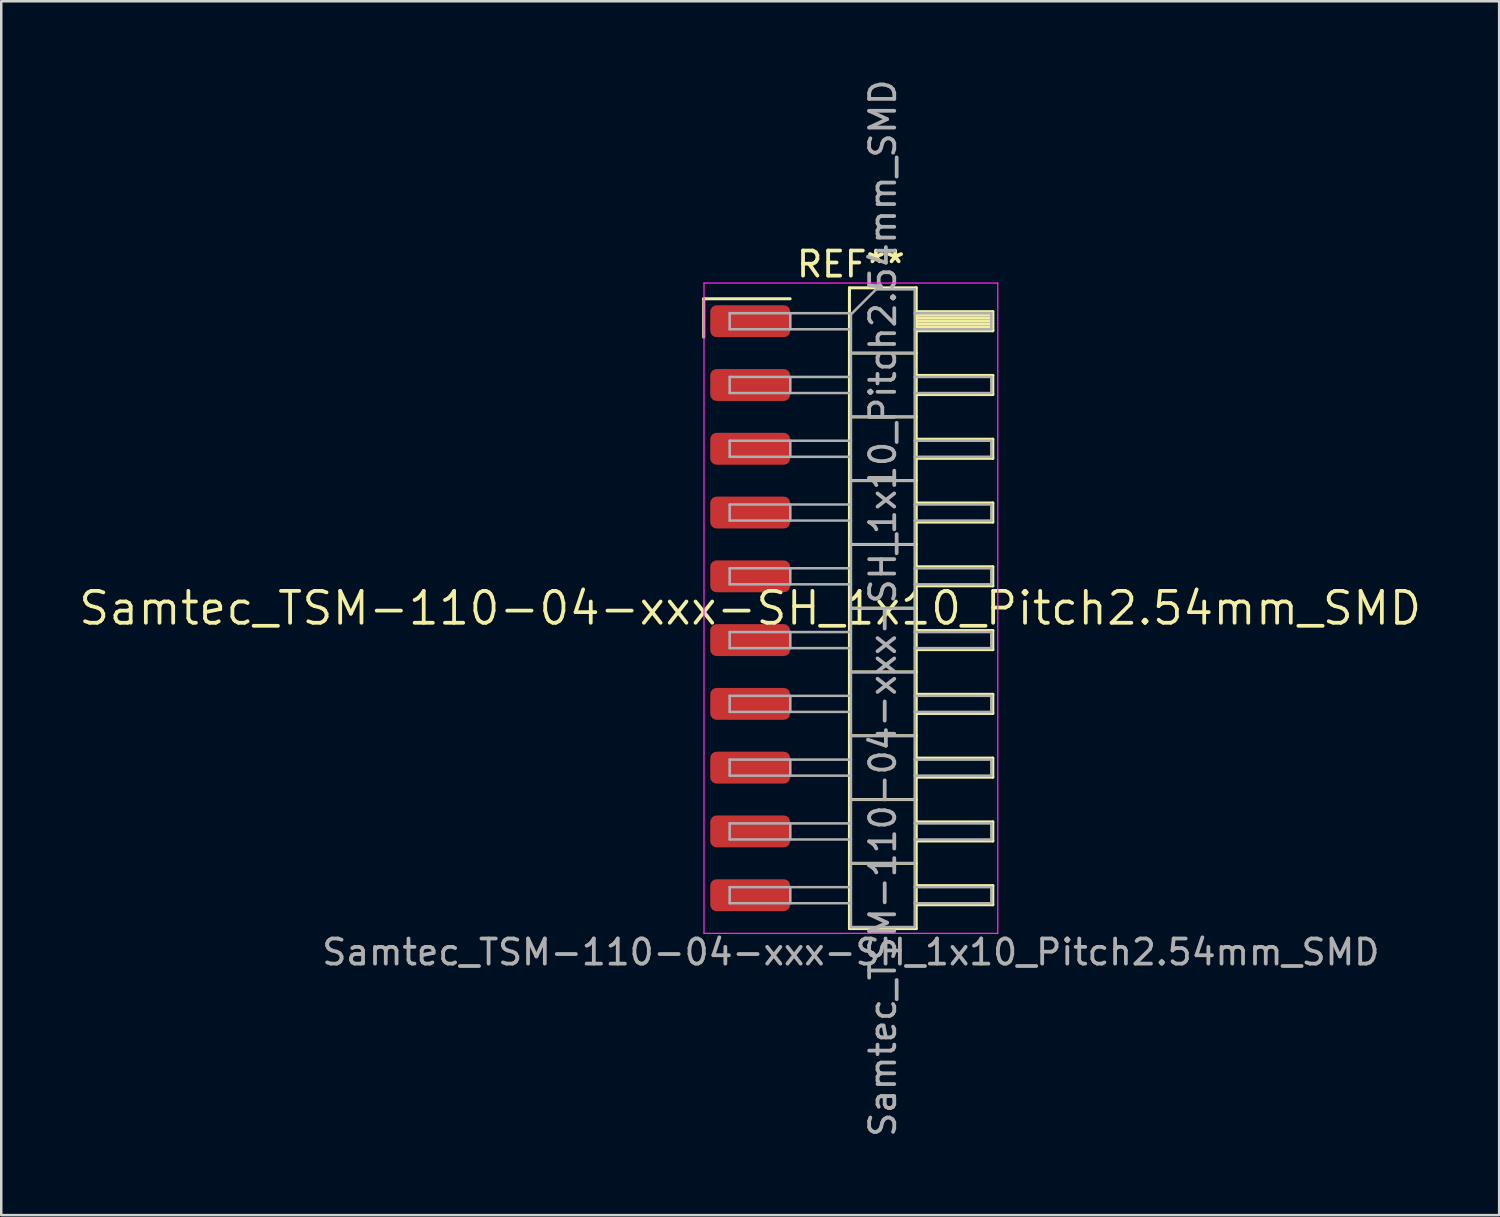
<source format=kicad_pcb>
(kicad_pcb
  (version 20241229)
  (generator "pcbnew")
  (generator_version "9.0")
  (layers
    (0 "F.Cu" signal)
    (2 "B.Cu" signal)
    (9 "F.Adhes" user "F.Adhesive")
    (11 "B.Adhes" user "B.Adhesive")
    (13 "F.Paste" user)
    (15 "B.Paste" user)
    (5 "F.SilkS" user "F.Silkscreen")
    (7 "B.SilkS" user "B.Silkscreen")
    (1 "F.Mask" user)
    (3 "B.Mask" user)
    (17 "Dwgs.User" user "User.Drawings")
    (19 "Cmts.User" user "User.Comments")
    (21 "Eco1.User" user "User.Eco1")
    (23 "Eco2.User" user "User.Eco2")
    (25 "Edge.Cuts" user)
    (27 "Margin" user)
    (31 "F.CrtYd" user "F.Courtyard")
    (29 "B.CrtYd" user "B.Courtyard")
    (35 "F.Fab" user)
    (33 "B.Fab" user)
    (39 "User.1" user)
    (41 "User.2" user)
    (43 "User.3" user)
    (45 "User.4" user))
  (footprint "Samtec_TSM-110-04-xxx-SH_1x10_Pitch2.54mm_SMD"
    (layer "F.Cu")
    (at 26.828 21.173)
    (property "Reference" "Samtec_TSM-110-04-xxx-SH_1x10_Pitch2.54mm_SMD" (at 0 0 0) (layer "F.SilkS") (effects (font (size 1.27 1.27) (thickness 0.15))))
    (attr smd)
    (fp_line (start -1.85 -12.325) (end 1.59 -12.325) (stroke (width 0.12) (type solid)) (layer "F.SilkS"))
    (fp_line (start -1.85 -10.795) (end -1.85 -12.325) (stroke (width 0.12) (type solid)) (layer "F.SilkS"))
    (fp_line (start 3.953 -12.76) (end 6.613 -12.76) (stroke (width 0.12) (type solid)) (layer "F.SilkS"))
    (fp_line (start 3.953 -10.16) (end 6.613 -10.16) (stroke (width 0.12) (type solid)) (layer "F.SilkS"))
    (fp_line (start 3.953 -7.62) (end 6.613 -7.62) (stroke (width 0.12) (type solid)) (layer "F.SilkS"))
    (fp_line (start 3.953 -5.08) (end 6.613 -5.08) (stroke (width 0.12) (type solid)) (layer "F.SilkS"))
    (fp_line (start 3.953 -2.54) (end 6.613 -2.54) (stroke (width 0.12) (type solid)) (layer "F.SilkS"))
    (fp_line (start 3.953 0) (end 6.613 0) (stroke (width 0.12) (type solid)) (layer "F.SilkS"))
    (fp_line (start 3.953 2.54) (end 6.613 2.54) (stroke (width 0.12) (type solid)) (layer "F.SilkS"))
    (fp_line (start 3.953 5.08) (end 6.613 5.08) (stroke (width 0.12) (type solid)) (layer "F.SilkS"))
    (fp_line (start 3.953 7.62) (end 6.613 7.62) (stroke (width 0.12) (type solid)) (layer "F.SilkS"))
    (fp_line (start 3.953 10.16) (end 6.613 10.16) (stroke (width 0.12) (type solid)) (layer "F.SilkS"))
    (fp_line (start 3.953 12.76) (end 3.953 -12.76) (stroke (width 0.12) (type solid)) (layer "F.SilkS"))
    (fp_line (start 6.613 -12.76) (end 6.613 12.76) (stroke (width 0.12) (type solid)) (layer "F.SilkS"))
    (fp_line (start 6.613 -11.81) (end 9.663 -11.81) (stroke (width 0.12) (type solid)) (layer "F.SilkS"))
    (fp_line (start 6.613 -11.69) (end 9.663 -11.69) (stroke (width 0.12) (type solid)) (layer "F.SilkS"))
    (fp_line (start 6.613 -11.57) (end 9.663 -11.57) (stroke (width 0.12) (type solid)) (layer "F.SilkS"))
    (fp_line (start 6.613 -11.45) (end 9.663 -11.45) (stroke (width 0.12) (type solid)) (layer "F.SilkS"))
    (fp_line (start 6.613 -11.33) (end 9.663 -11.33) (stroke (width 0.12) (type solid)) (layer "F.SilkS"))
    (fp_line (start 6.613 -11.21) (end 9.663 -11.21) (stroke (width 0.12) (type solid)) (layer "F.SilkS"))
    (fp_line (start 6.613 -11.09) (end 9.663 -11.09) (stroke (width 0.12) (type solid)) (layer "F.SilkS"))
    (fp_line (start 6.613 -11.05) (end 9.663 -11.05) (stroke (width 0.12) (type solid)) (layer "F.SilkS"))
    (fp_line (start 6.613 -9.27) (end 9.663 -9.27) (stroke (width 0.12) (type solid)) (layer "F.SilkS"))
    (fp_line (start 6.613 -8.51) (end 9.663 -8.51) (stroke (width 0.12) (type solid)) (layer "F.SilkS"))
    (fp_line (start 6.613 -6.73) (end 9.663 -6.73) (stroke (width 0.12) (type solid)) (layer "F.SilkS"))
    (fp_line (start 6.613 -5.97) (end 9.663 -5.97) (stroke (width 0.12) (type solid)) (layer "F.SilkS"))
    (fp_line (start 6.613 -4.19) (end 9.663 -4.19) (stroke (width 0.12) (type solid)) (layer "F.SilkS"))
    (fp_line (start 6.613 -3.43) (end 9.663 -3.43) (stroke (width 0.12) (type solid)) (layer "F.SilkS"))
    (fp_line (start 6.613 -1.65) (end 9.663 -1.65) (stroke (width 0.12) (type solid)) (layer "F.SilkS"))
    (fp_line (start 6.613 -0.89) (end 9.663 -0.89) (stroke (width 0.12) (type solid)) (layer "F.SilkS"))
    (fp_line (start 6.613 0.89) (end 9.663 0.89) (stroke (width 0.12) (type solid)) (layer "F.SilkS"))
    (fp_line (start 6.613 1.65) (end 9.663 1.65) (stroke (width 0.12) (type solid)) (layer "F.SilkS"))
    (fp_line (start 6.613 3.43) (end 9.663 3.43) (stroke (width 0.12) (type solid)) (layer "F.SilkS"))
    (fp_line (start 6.613 4.19) (end 9.663 4.19) (stroke (width 0.12) (type solid)) (layer "F.SilkS"))
    (fp_line (start 6.613 5.97) (end 9.663 5.97) (stroke (width 0.12) (type solid)) (layer "F.SilkS"))
    (fp_line (start 6.613 6.73) (end 9.663 6.73) (stroke (width 0.12) (type solid)) (layer "F.SilkS"))
    (fp_line (start 6.613 8.51) (end 9.663 8.51) (stroke (width 0.12) (type solid)) (layer "F.SilkS"))
    (fp_line (start 6.613 9.27) (end 9.663 9.27) (stroke (width 0.12) (type solid)) (layer "F.SilkS"))
    (fp_line (start 6.613 11.05) (end 9.663 11.05) (stroke (width 0.12) (type solid)) (layer "F.SilkS"))
    (fp_line (start 6.613 11.81) (end 9.663 11.81) (stroke (width 0.12) (type solid)) (layer "F.SilkS"))
    (fp_line (start 6.613 12.76) (end 3.953 12.76) (stroke (width 0.12) (type solid)) (layer "F.SilkS"))
    (fp_line (start 9.663 -11.81) (end 9.663 -11.05) (stroke (width 0.12) (type solid)) (layer "F.SilkS"))
    (fp_line (start 9.663 -9.27) (end 9.663 -8.51) (stroke (width 0.12) (type solid)) (layer "F.SilkS"))
    (fp_line (start 9.663 -6.73) (end 9.663 -5.97) (stroke (width 0.12) (type solid)) (layer "F.SilkS"))
    (fp_line (start 9.663 -4.19) (end 9.663 -3.43) (stroke (width 0.12) (type solid)) (layer "F.SilkS"))
    (fp_line (start 9.663 -1.65) (end 9.663 -0.89) (stroke (width 0.12) (type solid)) (layer "F.SilkS"))
    (fp_line (start 9.663 0.89) (end 9.663 1.65) (stroke (width 0.12) (type solid)) (layer "F.SilkS"))
    (fp_line (start 9.663 3.43) (end 9.663 4.19) (stroke (width 0.12) (type solid)) (layer "F.SilkS"))
    (fp_line (start 9.663 5.97) (end 9.663 6.73) (stroke (width 0.12) (type solid)) (layer "F.SilkS"))
    (fp_line (start 9.663 8.51) (end 9.663 9.27) (stroke (width 0.12) (type solid)) (layer "F.SilkS"))
    (fp_line (start 9.663 11.05) (end 9.663 11.81) (stroke (width 0.12) (type solid)) (layer "F.SilkS"))
    (fp_line (start -1.84 -12.95) (end 9.86 -12.95) (stroke (width 0.05) (type solid)) (layer "F.CrtYd"))
    (fp_line (start -1.84 12.95) (end -1.84 -12.95) (stroke (width 0.05) (type solid)) (layer "F.CrtYd"))
    (fp_line (start 9.86 -12.95) (end 9.86 12.95) (stroke (width 0.05) (type solid)) (layer "F.CrtYd"))
    (fp_line (start 9.86 12.95) (end -1.84 12.95) (stroke (width 0.05) (type solid)) (layer "F.CrtYd"))
    (fp_line (start -0.817 -11.75) (end -0.817 -11.11) (stroke (width 0.1) (type solid)) (layer "F.Fab"))
    (fp_line (start -0.817 -11.75) (end 4.013 -11.75) (stroke (width 0.1) (type solid)) (layer "F.Fab"))
    (fp_line (start -0.817 -11.11) (end 4.013 -11.11) (stroke (width 0.1) (type solid)) (layer "F.Fab"))
    (fp_line (start -0.817 -9.21) (end -0.817 -8.57) (stroke (width 0.1) (type solid)) (layer "F.Fab"))
    (fp_line (start -0.817 -9.21) (end 4.013 -9.21) (stroke (width 0.1) (type solid)) (layer "F.Fab"))
    (fp_line (start -0.817 -8.57) (end 4.013 -8.57) (stroke (width 0.1) (type solid)) (layer "F.Fab"))
    (fp_line (start -0.817 -6.67) (end -0.817 -6.03) (stroke (width 0.1) (type solid)) (layer "F.Fab"))
    (fp_line (start -0.817 -6.67) (end 4.013 -6.67) (stroke (width 0.1) (type solid)) (layer "F.Fab"))
    (fp_line (start -0.817 -6.03) (end 4.013 -6.03) (stroke (width 0.1) (type solid)) (layer "F.Fab"))
    (fp_line (start -0.817 -4.13) (end -0.817 -3.49) (stroke (width 0.1) (type solid)) (layer "F.Fab"))
    (fp_line (start -0.817 -4.13) (end 4.013 -4.13) (stroke (width 0.1) (type solid)) (layer "F.Fab"))
    (fp_line (start -0.817 -3.49) (end 4.013 -3.49) (stroke (width 0.1) (type solid)) (layer "F.Fab"))
    (fp_line (start -0.817 -1.59) (end -0.817 -0.95) (stroke (width 0.1) (type solid)) (layer "F.Fab"))
    (fp_line (start -0.817 -1.59) (end 4.013 -1.59) (stroke (width 0.1) (type solid)) (layer "F.Fab"))
    (fp_line (start -0.817 -0.95) (end 4.013 -0.95) (stroke (width 0.1) (type solid)) (layer "F.Fab"))
    (fp_line (start -0.817 0.95) (end -0.817 1.59) (stroke (width 0.1) (type solid)) (layer "F.Fab"))
    (fp_line (start -0.817 0.95) (end 4.013 0.95) (stroke (width 0.1) (type solid)) (layer "F.Fab"))
    (fp_line (start -0.817 1.59) (end 4.013 1.59) (stroke (width 0.1) (type solid)) (layer "F.Fab"))
    (fp_line (start -0.817 3.49) (end -0.817 4.13) (stroke (width 0.1) (type solid)) (layer "F.Fab"))
    (fp_line (start -0.817 3.49) (end 4.013 3.49) (stroke (width 0.1) (type solid)) (layer "F.Fab"))
    (fp_line (start -0.817 4.13) (end 4.013 4.13) (stroke (width 0.1) (type solid)) (layer "F.Fab"))
    (fp_line (start -0.817 6.03) (end -0.817 6.67) (stroke (width 0.1) (type solid)) (layer "F.Fab"))
    (fp_line (start -0.817 6.03) (end 4.013 6.03) (stroke (width 0.1) (type solid)) (layer "F.Fab"))
    (fp_line (start -0.817 6.67) (end 4.013 6.67) (stroke (width 0.1) (type solid)) (layer "F.Fab"))
    (fp_line (start -0.817 8.57) (end -0.817 9.21) (stroke (width 0.1) (type solid)) (layer "F.Fab"))
    (fp_line (start -0.817 8.57) (end 4.013 8.57) (stroke (width 0.1) (type solid)) (layer "F.Fab"))
    (fp_line (start -0.817 9.21) (end 4.013 9.21) (stroke (width 0.1) (type solid)) (layer "F.Fab"))
    (fp_line (start -0.817 11.11) (end -0.817 11.75) (stroke (width 0.1) (type solid)) (layer "F.Fab"))
    (fp_line (start -0.817 11.11) (end 4.013 11.11) (stroke (width 0.1) (type solid)) (layer "F.Fab"))
    (fp_line (start -0.817 11.75) (end 4.013 11.75) (stroke (width 0.1) (type solid)) (layer "F.Fab"))
    (fp_line (start 1.598 -11.75) (end 1.598 -11.11) (stroke (width 0.1) (type solid)) (layer "F.Fab"))
    (fp_line (start 1.598 -9.21) (end 1.598 -8.57) (stroke (width 0.1) (type solid)) (layer "F.Fab"))
    (fp_line (start 1.598 -6.67) (end 1.598 -6.03) (stroke (width 0.1) (type solid)) (layer "F.Fab"))
    (fp_line (start 1.598 -4.13) (end 1.598 -3.49) (stroke (width 0.1) (type solid)) (layer "F.Fab"))
    (fp_line (start 1.598 -1.59) (end 1.598 -0.95) (stroke (width 0.1) (type solid)) (layer "F.Fab"))
    (fp_line (start 1.598 0.95) (end 1.598 1.59) (stroke (width 0.1) (type solid)) (layer "F.Fab"))
    (fp_line (start 1.598 3.49) (end 1.598 4.13) (stroke (width 0.1) (type solid)) (layer "F.Fab"))
    (fp_line (start 1.598 6.03) (end 1.598 6.67) (stroke (width 0.1) (type solid)) (layer "F.Fab"))
    (fp_line (start 1.598 8.57) (end 1.598 9.21) (stroke (width 0.1) (type solid)) (layer "F.Fab"))
    (fp_line (start 1.598 11.11) (end 1.598 11.75) (stroke (width 0.1) (type solid)) (layer "F.Fab"))
    (fp_line (start 4.013 -11.7) (end 5.013 -12.7) (stroke (width 0.1) (type solid)) (layer "F.Fab"))
    (fp_line (start 4.013 -10.16) (end 6.553 -10.16) (stroke (width 0.1) (type solid)) (layer "F.Fab"))
    (fp_line (start 4.013 -7.62) (end 6.553 -7.62) (stroke (width 0.1) (type solid)) (layer "F.Fab"))
    (fp_line (start 4.013 -5.08) (end 6.553 -5.08) (stroke (width 0.1) (type solid)) (layer "F.Fab"))
    (fp_line (start 4.013 -2.54) (end 6.553 -2.54) (stroke (width 0.1) (type solid)) (layer "F.Fab"))
    (fp_line (start 4.013 0) (end 6.553 0) (stroke (width 0.1) (type solid)) (layer "F.Fab"))
    (fp_line (start 4.013 2.54) (end 6.553 2.54) (stroke (width 0.1) (type solid)) (layer "F.Fab"))
    (fp_line (start 4.013 5.08) (end 6.553 5.08) (stroke (width 0.1) (type solid)) (layer "F.Fab"))
    (fp_line (start 4.013 7.62) (end 6.553 7.62) (stroke (width 0.1) (type solid)) (layer "F.Fab"))
    (fp_line (start 4.013 10.16) (end 6.553 10.16) (stroke (width 0.1) (type solid)) (layer "F.Fab"))
    (fp_line (start 4.013 12.7) (end 4.013 -11.7) (stroke (width 0.1) (type solid)) (layer "F.Fab"))
    (fp_line (start 5.013 -12.7) (end 6.553 -12.7) (stroke (width 0.1) (type solid)) (layer "F.Fab"))
    (fp_line (start 6.553 -12.7) (end 6.553 12.7) (stroke (width 0.1) (type solid)) (layer "F.Fab"))
    (fp_line (start 6.553 -11.75) (end 9.603 -11.75) (stroke (width 0.1) (type solid)) (layer "F.Fab"))
    (fp_line (start 6.553 -11.11) (end 9.603 -11.11) (stroke (width 0.1) (type solid)) (layer "F.Fab"))
    (fp_line (start 6.553 -9.21) (end 9.603 -9.21) (stroke (width 0.1) (type solid)) (layer "F.Fab"))
    (fp_line (start 6.553 -8.57) (end 9.603 -8.57) (stroke (width 0.1) (type solid)) (layer "F.Fab"))
    (fp_line (start 6.553 -6.67) (end 9.603 -6.67) (stroke (width 0.1) (type solid)) (layer "F.Fab"))
    (fp_line (start 6.553 -6.03) (end 9.603 -6.03) (stroke (width 0.1) (type solid)) (layer "F.Fab"))
    (fp_line (start 6.553 -4.13) (end 9.603 -4.13) (stroke (width 0.1) (type solid)) (layer "F.Fab"))
    (fp_line (start 6.553 -3.49) (end 9.603 -3.49) (stroke (width 0.1) (type solid)) (layer "F.Fab"))
    (fp_line (start 6.553 -1.59) (end 9.603 -1.59) (stroke (width 0.1) (type solid)) (layer "F.Fab"))
    (fp_line (start 6.553 -0.95) (end 9.603 -0.95) (stroke (width 0.1) (type solid)) (layer "F.Fab"))
    (fp_line (start 6.553 0.95) (end 9.603 0.95) (stroke (width 0.1) (type solid)) (layer "F.Fab"))
    (fp_line (start 6.553 1.59) (end 9.603 1.59) (stroke (width 0.1) (type solid)) (layer "F.Fab"))
    (fp_line (start 6.553 3.49) (end 9.603 3.49) (stroke (width 0.1) (type solid)) (layer "F.Fab"))
    (fp_line (start 6.553 4.13) (end 9.603 4.13) (stroke (width 0.1) (type solid)) (layer "F.Fab"))
    (fp_line (start 6.553 6.03) (end 9.603 6.03) (stroke (width 0.1) (type solid)) (layer "F.Fab"))
    (fp_line (start 6.553 6.67) (end 9.603 6.67) (stroke (width 0.1) (type solid)) (layer "F.Fab"))
    (fp_line (start 6.553 8.57) (end 9.603 8.57) (stroke (width 0.1) (type solid)) (layer "F.Fab"))
    (fp_line (start 6.553 9.21) (end 9.603 9.21) (stroke (width 0.1) (type solid)) (layer "F.Fab"))
    (fp_line (start 6.553 11.11) (end 9.603 11.11) (stroke (width 0.1) (type solid)) (layer "F.Fab"))
    (fp_line (start 6.553 11.75) (end 9.603 11.75) (stroke (width 0.1) (type solid)) (layer "F.Fab"))
    (fp_line (start 6.553 12.7) (end 4.013 12.7) (stroke (width 0.1) (type solid)) (layer "F.Fab"))
    (fp_line (start 9.603 -11.75) (end 9.603 -11.11) (stroke (width 0.1) (type solid)) (layer "F.Fab"))
    (fp_line (start 9.603 -9.21) (end 9.603 -8.57) (stroke (width 0.1) (type solid)) (layer "F.Fab"))
    (fp_line (start 9.603 -6.67) (end 9.603 -6.03) (stroke (width 0.1) (type solid)) (layer "F.Fab"))
    (fp_line (start 9.603 -4.13) (end 9.603 -3.49) (stroke (width 0.1) (type solid)) (layer "F.Fab"))
    (fp_line (start 9.603 -1.59) (end 9.603 -0.95) (stroke (width 0.1) (type solid)) (layer "F.Fab"))
    (fp_line (start 9.603 0.95) (end 9.603 1.59) (stroke (width 0.1) (type solid)) (layer "F.Fab"))
    (fp_line (start 9.603 3.49) (end 9.603 4.13) (stroke (width 0.1) (type solid)) (layer "F.Fab"))
    (fp_line (start 9.603 6.03) (end 9.603 6.67) (stroke (width 0.1) (type solid)) (layer "F.Fab"))
    (fp_line (start 9.603 8.57) (end 9.603 9.21) (stroke (width 0.1) (type solid)) (layer "F.Fab"))
    (fp_line (start 9.603 11.11) (end 9.603 11.75) (stroke (width 0.1) (type solid)) (layer "F.Fab"))
    (fp_text user "REF**" (at 4.01 -13.7 0) (layer "F.SilkS") (effects (font (size 1 1) (thickness 0.15))))
    (fp_text user "Samtec_TSM-110-04-xxx-SH_1x10_Pitch2.54mm_SMD" (at 4.01 13.7 0) (layer "F.Fab") (effects (font (size 1 1) (thickness 0.15))))
    (fp_text user "${REFERENCE}" (at 5.283 0 90) (layer "F.Fab") (effects (font (size 1 1) (thickness 0.15))))
    (pad "1" smd roundrect (at 0 -11.43) (size 3.18 1.27) (layers "F.Cu" "F.Mask" "F.Paste") (roundrect_rratio 0.197))
    (pad "2" smd roundrect (at 0 -8.89) (size 3.18 1.27) (layers "F.Cu" "F.Mask" "F.Paste") (roundrect_rratio 0.197))
    (pad "3" smd roundrect (at 0 -6.35) (size 3.18 1.27) (layers "F.Cu" "F.Mask" "F.Paste") (roundrect_rratio 0.197))
    (pad "4" smd roundrect (at 0 -3.81) (size 3.18 1.27) (layers "F.Cu" "F.Mask" "F.Paste") (roundrect_rratio 0.197))
    (pad "5" smd roundrect (at 0 -1.27) (size 3.18 1.27) (layers "F.Cu" "F.Mask" "F.Paste") (roundrect_rratio 0.197))
    (pad "6" smd roundrect (at 0 1.27) (size 3.18 1.27) (layers "F.Cu" "F.Mask" "F.Paste") (roundrect_rratio 0.197))
    (pad "7" smd roundrect (at 0 3.81) (size 3.18 1.27) (layers "F.Cu" "F.Mask" "F.Paste") (roundrect_rratio 0.197))
    (pad "8" smd roundrect (at 0 6.35) (size 3.18 1.27) (layers "F.Cu" "F.Mask" "F.Paste") (roundrect_rratio 0.197))
    (pad "9" smd roundrect (at 0 8.89) (size 3.18 1.27) (layers "F.Cu" "F.Mask" "F.Paste") (roundrect_rratio 0.197))
    (pad "10" smd roundrect (at 0 11.43) (size 3.18 1.27) (layers "F.Cu" "F.Mask" "F.Paste") (roundrect_rratio 0.197)))
  (gr_rect
    (start -3 -3)
    (end 56.657 45.345)
    (stroke (width 0.1) (type default))
    (fill no)
    (layer "Edge.Cuts")))
</source>
